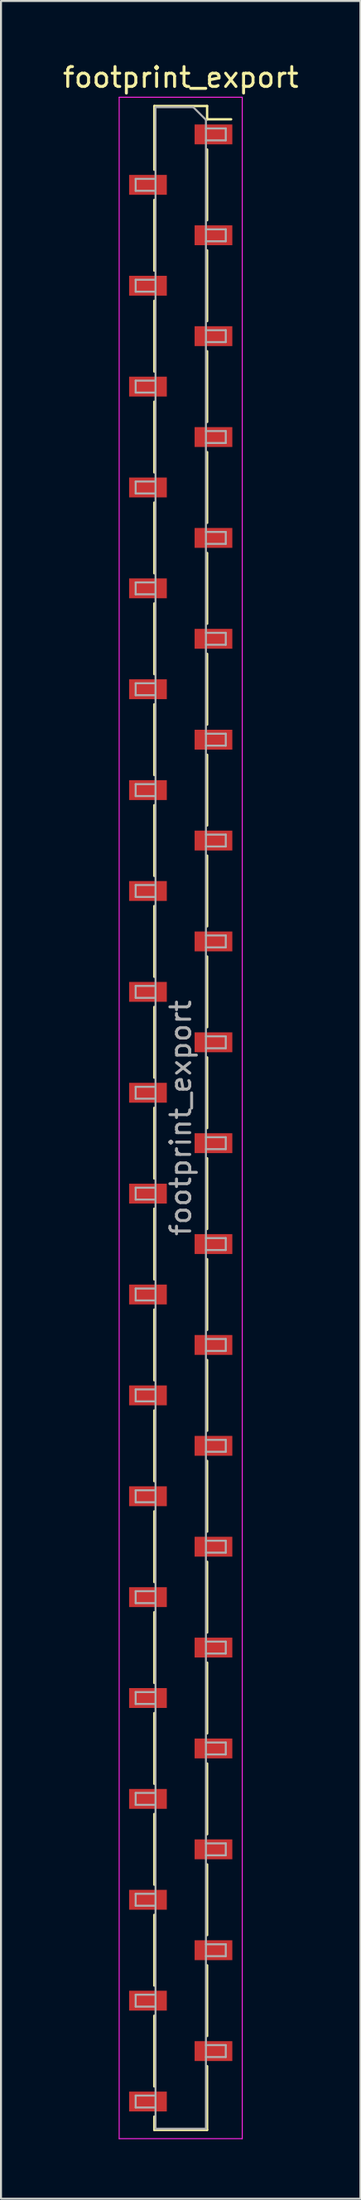
<source format=kicad_pcb>
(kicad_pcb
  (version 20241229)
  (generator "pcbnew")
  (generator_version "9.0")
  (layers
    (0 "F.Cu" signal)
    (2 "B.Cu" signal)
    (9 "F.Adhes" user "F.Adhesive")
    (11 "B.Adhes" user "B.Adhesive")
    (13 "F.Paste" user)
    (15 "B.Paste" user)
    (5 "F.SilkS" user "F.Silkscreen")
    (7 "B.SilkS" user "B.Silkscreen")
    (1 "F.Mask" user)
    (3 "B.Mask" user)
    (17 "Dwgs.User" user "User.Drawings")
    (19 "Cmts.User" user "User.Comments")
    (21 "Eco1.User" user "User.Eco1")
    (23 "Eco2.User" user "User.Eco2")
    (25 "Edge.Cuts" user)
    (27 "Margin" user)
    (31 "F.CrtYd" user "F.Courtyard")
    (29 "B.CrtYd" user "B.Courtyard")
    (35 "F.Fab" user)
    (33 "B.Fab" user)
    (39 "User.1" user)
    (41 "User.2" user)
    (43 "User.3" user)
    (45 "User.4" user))
  (footprint "footprint_export"
    (layer "F.Cu")
    (at 6.054 53.248)
    (property "Reference" "footprint_export" (at 0 -52.4 0) (layer "F.SilkS") (effects (font (size 1 1) (thickness 0.15))))
    (attr smd)
    (fp_line (start -1.33 -50.96) (end -1.33 -47.75) (stroke (width 0.12) (type solid)) (layer "F.SilkS"))
    (fp_line (start -1.33 -50.96) (end 1.33 -50.96) (stroke (width 0.12) (type solid)) (layer "F.SilkS"))
    (fp_line (start -1.33 -46.23) (end -1.33 -42.67) (stroke (width 0.12) (type solid)) (layer "F.SilkS"))
    (fp_line (start -1.33 -41.15) (end -1.33 -37.59) (stroke (width 0.12) (type solid)) (layer "F.SilkS"))
    (fp_line (start -1.33 -36.07) (end -1.33 -32.51) (stroke (width 0.12) (type solid)) (layer "F.SilkS"))
    (fp_line (start -1.33 -30.99) (end -1.33 -27.43) (stroke (width 0.12) (type solid)) (layer "F.SilkS"))
    (fp_line (start -1.33 -25.91) (end -1.33 -22.35) (stroke (width 0.12) (type solid)) (layer "F.SilkS"))
    (fp_line (start -1.33 -20.83) (end -1.33 -17.27) (stroke (width 0.12) (type solid)) (layer "F.SilkS"))
    (fp_line (start -1.33 -15.75) (end -1.33 -12.19) (stroke (width 0.12) (type solid)) (layer "F.SilkS"))
    (fp_line (start -1.33 -10.67) (end -1.33 -7.11) (stroke (width 0.12) (type solid)) (layer "F.SilkS"))
    (fp_line (start -1.33 -5.59) (end -1.33 -2.03) (stroke (width 0.12) (type solid)) (layer "F.SilkS"))
    (fp_line (start -1.33 -0.51) (end -1.33 3.05) (stroke (width 0.12) (type solid)) (layer "F.SilkS"))
    (fp_line (start -1.33 4.57) (end -1.33 8.13) (stroke (width 0.12) (type solid)) (layer "F.SilkS"))
    (fp_line (start -1.33 9.65) (end -1.33 13.21) (stroke (width 0.12) (type solid)) (layer "F.SilkS"))
    (fp_line (start -1.33 14.73) (end -1.33 18.29) (stroke (width 0.12) (type solid)) (layer "F.SilkS"))
    (fp_line (start -1.33 19.81) (end -1.33 23.37) (stroke (width 0.12) (type solid)) (layer "F.SilkS"))
    (fp_line (start -1.33 24.89) (end -1.33 28.45) (stroke (width 0.12) (type solid)) (layer "F.SilkS"))
    (fp_line (start -1.33 29.97) (end -1.33 33.53) (stroke (width 0.12) (type solid)) (layer "F.SilkS"))
    (fp_line (start -1.33 35.05) (end -1.33 38.61) (stroke (width 0.12) (type solid)) (layer "F.SilkS"))
    (fp_line (start -1.33 40.13) (end -1.33 43.69) (stroke (width 0.12) (type solid)) (layer "F.SilkS"))
    (fp_line (start -1.33 45.21) (end -1.33 48.77) (stroke (width 0.12) (type solid)) (layer "F.SilkS"))
    (fp_line (start -1.33 50.29) (end -1.33 50.96) (stroke (width 0.12) (type solid)) (layer "F.SilkS"))
    (fp_line (start -1.33 50.96) (end 1.33 50.96) (stroke (width 0.12) (type solid)) (layer "F.SilkS"))
    (fp_line (start 1.33 -50.96) (end 1.33 -50.29) (stroke (width 0.12) (type solid)) (layer "F.SilkS"))
    (fp_line (start 1.33 -50.29) (end 2.54 -50.29) (stroke (width 0.12) (type solid)) (layer "F.SilkS"))
    (fp_line (start 1.33 -48.77) (end 1.33 -45.21) (stroke (width 0.12) (type solid)) (layer "F.SilkS"))
    (fp_line (start 1.33 -43.69) (end 1.33 -40.13) (stroke (width 0.12) (type solid)) (layer "F.SilkS"))
    (fp_line (start 1.33 -38.61) (end 1.33 -35.05) (stroke (width 0.12) (type solid)) (layer "F.SilkS"))
    (fp_line (start 1.33 -33.53) (end 1.33 -29.97) (stroke (width 0.12) (type solid)) (layer "F.SilkS"))
    (fp_line (start 1.33 -28.45) (end 1.33 -24.89) (stroke (width 0.12) (type solid)) (layer "F.SilkS"))
    (fp_line (start 1.33 -23.37) (end 1.33 -19.81) (stroke (width 0.12) (type solid)) (layer "F.SilkS"))
    (fp_line (start 1.33 -18.29) (end 1.33 -14.73) (stroke (width 0.12) (type solid)) (layer "F.SilkS"))
    (fp_line (start 1.33 -13.21) (end 1.33 -9.65) (stroke (width 0.12) (type solid)) (layer "F.SilkS"))
    (fp_line (start 1.33 -8.13) (end 1.33 -4.57) (stroke (width 0.12) (type solid)) (layer "F.SilkS"))
    (fp_line (start 1.33 -3.05) (end 1.33 0.51) (stroke (width 0.12) (type solid)) (layer "F.SilkS"))
    (fp_line (start 1.33 2.03) (end 1.33 5.59) (stroke (width 0.12) (type solid)) (layer "F.SilkS"))
    (fp_line (start 1.33 7.11) (end 1.33 10.67) (stroke (width 0.12) (type solid)) (layer "F.SilkS"))
    (fp_line (start 1.33 12.19) (end 1.33 15.75) (stroke (width 0.12) (type solid)) (layer "F.SilkS"))
    (fp_line (start 1.33 17.27) (end 1.33 20.83) (stroke (width 0.12) (type solid)) (layer "F.SilkS"))
    (fp_line (start 1.33 22.35) (end 1.33 25.91) (stroke (width 0.12) (type solid)) (layer "F.SilkS"))
    (fp_line (start 1.33 27.43) (end 1.33 30.99) (stroke (width 0.12) (type solid)) (layer "F.SilkS"))
    (fp_line (start 1.33 32.51) (end 1.33 36.07) (stroke (width 0.12) (type solid)) (layer "F.SilkS"))
    (fp_line (start 1.33 37.59) (end 1.33 41.15) (stroke (width 0.12) (type solid)) (layer "F.SilkS"))
    (fp_line (start 1.33 42.67) (end 1.33 46.23) (stroke (width 0.12) (type solid)) (layer "F.SilkS"))
    (fp_line (start 1.33 47.75) (end 1.33 50.96) (stroke (width 0.12) (type solid)) (layer "F.SilkS"))
    (fp_line (start -3.1 -51.4) (end 3.1 -51.4) (stroke (width 0.05) (type solid)) (layer "F.CrtYd"))
    (fp_line (start -3.1 51.4) (end -3.1 -51.4) (stroke (width 0.05) (type solid)) (layer "F.CrtYd"))
    (fp_line (start 3.1 -51.4) (end 3.1 51.4) (stroke (width 0.05) (type solid)) (layer "F.CrtYd"))
    (fp_line (start 3.1 51.4) (end -3.1 51.4) (stroke (width 0.05) (type solid)) (layer "F.CrtYd"))
    (fp_line (start -2.27 -47.29) (end -1.27 -47.29) (stroke (width 0.1) (type solid)) (layer "F.Fab"))
    (fp_line (start -2.27 -46.69) (end -2.27 -47.29) (stroke (width 0.1) (type solid)) (layer "F.Fab"))
    (fp_line (start -2.27 -42.21) (end -1.27 -42.21) (stroke (width 0.1) (type solid)) (layer "F.Fab"))
    (fp_line (start -2.27 -41.61) (end -2.27 -42.21) (stroke (width 0.1) (type solid)) (layer "F.Fab"))
    (fp_line (start -2.27 -37.13) (end -1.27 -37.13) (stroke (width 0.1) (type solid)) (layer "F.Fab"))
    (fp_line (start -2.27 -36.53) (end -2.27 -37.13) (stroke (width 0.1) (type solid)) (layer "F.Fab"))
    (fp_line (start -2.27 -32.05) (end -1.27 -32.05) (stroke (width 0.1) (type solid)) (layer "F.Fab"))
    (fp_line (start -2.27 -31.45) (end -2.27 -32.05) (stroke (width 0.1) (type solid)) (layer "F.Fab"))
    (fp_line (start -2.27 -26.97) (end -1.27 -26.97) (stroke (width 0.1) (type solid)) (layer "F.Fab"))
    (fp_line (start -2.27 -26.37) (end -2.27 -26.97) (stroke (width 0.1) (type solid)) (layer "F.Fab"))
    (fp_line (start -2.27 -21.89) (end -1.27 -21.89) (stroke (width 0.1) (type solid)) (layer "F.Fab"))
    (fp_line (start -2.27 -21.29) (end -2.27 -21.89) (stroke (width 0.1) (type solid)) (layer "F.Fab"))
    (fp_line (start -2.27 -16.81) (end -1.27 -16.81) (stroke (width 0.1) (type solid)) (layer "F.Fab"))
    (fp_line (start -2.27 -16.21) (end -2.27 -16.81) (stroke (width 0.1) (type solid)) (layer "F.Fab"))
    (fp_line (start -2.27 -11.73) (end -1.27 -11.73) (stroke (width 0.1) (type solid)) (layer "F.Fab"))
    (fp_line (start -2.27 -11.13) (end -2.27 -11.73) (stroke (width 0.1) (type solid)) (layer "F.Fab"))
    (fp_line (start -2.27 -6.65) (end -1.27 -6.65) (stroke (width 0.1) (type solid)) (layer "F.Fab"))
    (fp_line (start -2.27 -6.05) (end -2.27 -6.65) (stroke (width 0.1) (type solid)) (layer "F.Fab"))
    (fp_line (start -2.27 -1.57) (end -1.27 -1.57) (stroke (width 0.1) (type solid)) (layer "F.Fab"))
    (fp_line (start -2.27 -0.97) (end -2.27 -1.57) (stroke (width 0.1) (type solid)) (layer "F.Fab"))
    (fp_line (start -2.27 3.51) (end -1.27 3.51) (stroke (width 0.1) (type solid)) (layer "F.Fab"))
    (fp_line (start -2.27 4.11) (end -2.27 3.51) (stroke (width 0.1) (type solid)) (layer "F.Fab"))
    (fp_line (start -2.27 8.59) (end -1.27 8.59) (stroke (width 0.1) (type solid)) (layer "F.Fab"))
    (fp_line (start -2.27 9.19) (end -2.27 8.59) (stroke (width 0.1) (type solid)) (layer "F.Fab"))
    (fp_line (start -2.27 13.67) (end -1.27 13.67) (stroke (width 0.1) (type solid)) (layer "F.Fab"))
    (fp_line (start -2.27 14.27) (end -2.27 13.67) (stroke (width 0.1) (type solid)) (layer "F.Fab"))
    (fp_line (start -2.27 18.75) (end -1.27 18.75) (stroke (width 0.1) (type solid)) (layer "F.Fab"))
    (fp_line (start -2.27 19.35) (end -2.27 18.75) (stroke (width 0.1) (type solid)) (layer "F.Fab"))
    (fp_line (start -2.27 23.83) (end -1.27 23.83) (stroke (width 0.1) (type solid)) (layer "F.Fab"))
    (fp_line (start -2.27 24.43) (end -2.27 23.83) (stroke (width 0.1) (type solid)) (layer "F.Fab"))
    (fp_line (start -2.27 28.91) (end -1.27 28.91) (stroke (width 0.1) (type solid)) (layer "F.Fab"))
    (fp_line (start -2.27 29.51) (end -2.27 28.91) (stroke (width 0.1) (type solid)) (layer "F.Fab"))
    (fp_line (start -2.27 33.99) (end -1.27 33.99) (stroke (width 0.1) (type solid)) (layer "F.Fab"))
    (fp_line (start -2.27 34.59) (end -2.27 33.99) (stroke (width 0.1) (type solid)) (layer "F.Fab"))
    (fp_line (start -2.27 39.07) (end -1.27 39.07) (stroke (width 0.1) (type solid)) (layer "F.Fab"))
    (fp_line (start -2.27 39.67) (end -2.27 39.07) (stroke (width 0.1) (type solid)) (layer "F.Fab"))
    (fp_line (start -2.27 44.15) (end -1.27 44.15) (stroke (width 0.1) (type solid)) (layer "F.Fab"))
    (fp_line (start -2.27 44.75) (end -2.27 44.15) (stroke (width 0.1) (type solid)) (layer "F.Fab"))
    (fp_line (start -2.27 49.23) (end -1.27 49.23) (stroke (width 0.1) (type solid)) (layer "F.Fab"))
    (fp_line (start -2.27 49.83) (end -2.27 49.23) (stroke (width 0.1) (type solid)) (layer "F.Fab"))
    (fp_line (start -1.27 -50.9) (end 0.635 -50.9) (stroke (width 0.1) (type solid)) (layer "F.Fab"))
    (fp_line (start -1.27 -46.69) (end -2.27 -46.69) (stroke (width 0.1) (type solid)) (layer "F.Fab"))
    (fp_line (start -1.27 -41.61) (end -2.27 -41.61) (stroke (width 0.1) (type solid)) (layer "F.Fab"))
    (fp_line (start -1.27 -36.53) (end -2.27 -36.53) (stroke (width 0.1) (type solid)) (layer "F.Fab"))
    (fp_line (start -1.27 -31.45) (end -2.27 -31.45) (stroke (width 0.1) (type solid)) (layer "F.Fab"))
    (fp_line (start -1.27 -26.37) (end -2.27 -26.37) (stroke (width 0.1) (type solid)) (layer "F.Fab"))
    (fp_line (start -1.27 -21.29) (end -2.27 -21.29) (stroke (width 0.1) (type solid)) (layer "F.Fab"))
    (fp_line (start -1.27 -16.21) (end -2.27 -16.21) (stroke (width 0.1) (type solid)) (layer "F.Fab"))
    (fp_line (start -1.27 -11.13) (end -2.27 -11.13) (stroke (width 0.1) (type solid)) (layer "F.Fab"))
    (fp_line (start -1.27 -6.05) (end -2.27 -6.05) (stroke (width 0.1) (type solid)) (layer "F.Fab"))
    (fp_line (start -1.27 -0.97) (end -2.27 -0.97) (stroke (width 0.1) (type solid)) (layer "F.Fab"))
    (fp_line (start -1.27 4.11) (end -2.27 4.11) (stroke (width 0.1) (type solid)) (layer "F.Fab"))
    (fp_line (start -1.27 9.19) (end -2.27 9.19) (stroke (width 0.1) (type solid)) (layer "F.Fab"))
    (fp_line (start -1.27 14.27) (end -2.27 14.27) (stroke (width 0.1) (type solid)) (layer "F.Fab"))
    (fp_line (start -1.27 19.35) (end -2.27 19.35) (stroke (width 0.1) (type solid)) (layer "F.Fab"))
    (fp_line (start -1.27 24.43) (end -2.27 24.43) (stroke (width 0.1) (type solid)) (layer "F.Fab"))
    (fp_line (start -1.27 29.51) (end -2.27 29.51) (stroke (width 0.1) (type solid)) (layer "F.Fab"))
    (fp_line (start -1.27 34.59) (end -2.27 34.59) (stroke (width 0.1) (type solid)) (layer "F.Fab"))
    (fp_line (start -1.27 39.67) (end -2.27 39.67) (stroke (width 0.1) (type solid)) (layer "F.Fab"))
    (fp_line (start -1.27 44.75) (end -2.27 44.75) (stroke (width 0.1) (type solid)) (layer "F.Fab"))
    (fp_line (start -1.27 49.83) (end -2.27 49.83) (stroke (width 0.1) (type solid)) (layer "F.Fab"))
    (fp_line (start -1.27 50.9) (end -1.27 -50.9) (stroke (width 0.1) (type solid)) (layer "F.Fab"))
    (fp_line (start 0.635 -50.9) (end 1.27 -50.265) (stroke (width 0.1) (type solid)) (layer "F.Fab"))
    (fp_line (start 1.27 -50.265) (end 1.27 50.9) (stroke (width 0.1) (type solid)) (layer "F.Fab"))
    (fp_line (start 1.27 -49.83) (end 2.27 -49.83) (stroke (width 0.1) (type solid)) (layer "F.Fab"))
    (fp_line (start 1.27 -44.75) (end 2.27 -44.75) (stroke (width 0.1) (type solid)) (layer "F.Fab"))
    (fp_line (start 1.27 -39.67) (end 2.27 -39.67) (stroke (width 0.1) (type solid)) (layer "F.Fab"))
    (fp_line (start 1.27 -34.59) (end 2.27 -34.59) (stroke (width 0.1) (type solid)) (layer "F.Fab"))
    (fp_line (start 1.27 -29.51) (end 2.27 -29.51) (stroke (width 0.1) (type solid)) (layer "F.Fab"))
    (fp_line (start 1.27 -24.43) (end 2.27 -24.43) (stroke (width 0.1) (type solid)) (layer "F.Fab"))
    (fp_line (start 1.27 -19.35) (end 2.27 -19.35) (stroke (width 0.1) (type solid)) (layer "F.Fab"))
    (fp_line (start 1.27 -14.27) (end 2.27 -14.27) (stroke (width 0.1) (type solid)) (layer "F.Fab"))
    (fp_line (start 1.27 -9.19) (end 2.27 -9.19) (stroke (width 0.1) (type solid)) (layer "F.Fab"))
    (fp_line (start 1.27 -4.11) (end 2.27 -4.11) (stroke (width 0.1) (type solid)) (layer "F.Fab"))
    (fp_line (start 1.27 0.97) (end 2.27 0.97) (stroke (width 0.1) (type solid)) (layer "F.Fab"))
    (fp_line (start 1.27 6.05) (end 2.27 6.05) (stroke (width 0.1) (type solid)) (layer "F.Fab"))
    (fp_line (start 1.27 11.13) (end 2.27 11.13) (stroke (width 0.1) (type solid)) (layer "F.Fab"))
    (fp_line (start 1.27 16.21) (end 2.27 16.21) (stroke (width 0.1) (type solid)) (layer "F.Fab"))
    (fp_line (start 1.27 21.29) (end 2.27 21.29) (stroke (width 0.1) (type solid)) (layer "F.Fab"))
    (fp_line (start 1.27 26.37) (end 2.27 26.37) (stroke (width 0.1) (type solid)) (layer "F.Fab"))
    (fp_line (start 1.27 31.45) (end 2.27 31.45) (stroke (width 0.1) (type solid)) (layer "F.Fab"))
    (fp_line (start 1.27 36.53) (end 2.27 36.53) (stroke (width 0.1) (type solid)) (layer "F.Fab"))
    (fp_line (start 1.27 41.61) (end 2.27 41.61) (stroke (width 0.1) (type solid)) (layer "F.Fab"))
    (fp_line (start 1.27 46.69) (end 2.27 46.69) (stroke (width 0.1) (type solid)) (layer "F.Fab"))
    (fp_line (start 1.27 50.9) (end -1.27 50.9) (stroke (width 0.1) (type solid)) (layer "F.Fab"))
    (fp_line (start 2.27 -49.83) (end 2.27 -49.23) (stroke (width 0.1) (type solid)) (layer "F.Fab"))
    (fp_line (start 2.27 -49.23) (end 1.27 -49.23) (stroke (width 0.1) (type solid)) (layer "F.Fab"))
    (fp_line (start 2.27 -44.75) (end 2.27 -44.15) (stroke (width 0.1) (type solid)) (layer "F.Fab"))
    (fp_line (start 2.27 -44.15) (end 1.27 -44.15) (stroke (width 0.1) (type solid)) (layer "F.Fab"))
    (fp_line (start 2.27 -39.67) (end 2.27 -39.07) (stroke (width 0.1) (type solid)) (layer "F.Fab"))
    (fp_line (start 2.27 -39.07) (end 1.27 -39.07) (stroke (width 0.1) (type solid)) (layer "F.Fab"))
    (fp_line (start 2.27 -34.59) (end 2.27 -33.99) (stroke (width 0.1) (type solid)) (layer "F.Fab"))
    (fp_line (start 2.27 -33.99) (end 1.27 -33.99) (stroke (width 0.1) (type solid)) (layer "F.Fab"))
    (fp_line (start 2.27 -29.51) (end 2.27 -28.91) (stroke (width 0.1) (type solid)) (layer "F.Fab"))
    (fp_line (start 2.27 -28.91) (end 1.27 -28.91) (stroke (width 0.1) (type solid)) (layer "F.Fab"))
    (fp_line (start 2.27 -24.43) (end 2.27 -23.83) (stroke (width 0.1) (type solid)) (layer "F.Fab"))
    (fp_line (start 2.27 -23.83) (end 1.27 -23.83) (stroke (width 0.1) (type solid)) (layer "F.Fab"))
    (fp_line (start 2.27 -19.35) (end 2.27 -18.75) (stroke (width 0.1) (type solid)) (layer "F.Fab"))
    (fp_line (start 2.27 -18.75) (end 1.27 -18.75) (stroke (width 0.1) (type solid)) (layer "F.Fab"))
    (fp_line (start 2.27 -14.27) (end 2.27 -13.67) (stroke (width 0.1) (type solid)) (layer "F.Fab"))
    (fp_line (start 2.27 -13.67) (end 1.27 -13.67) (stroke (width 0.1) (type solid)) (layer "F.Fab"))
    (fp_line (start 2.27 -9.19) (end 2.27 -8.59) (stroke (width 0.1) (type solid)) (layer "F.Fab"))
    (fp_line (start 2.27 -8.59) (end 1.27 -8.59) (stroke (width 0.1) (type solid)) (layer "F.Fab"))
    (fp_line (start 2.27 -4.11) (end 2.27 -3.51) (stroke (width 0.1) (type solid)) (layer "F.Fab"))
    (fp_line (start 2.27 -3.51) (end 1.27 -3.51) (stroke (width 0.1) (type solid)) (layer "F.Fab"))
    (fp_line (start 2.27 0.97) (end 2.27 1.57) (stroke (width 0.1) (type solid)) (layer "F.Fab"))
    (fp_line (start 2.27 1.57) (end 1.27 1.57) (stroke (width 0.1) (type solid)) (layer "F.Fab"))
    (fp_line (start 2.27 6.05) (end 2.27 6.65) (stroke (width 0.1) (type solid)) (layer "F.Fab"))
    (fp_line (start 2.27 6.65) (end 1.27 6.65) (stroke (width 0.1) (type solid)) (layer "F.Fab"))
    (fp_line (start 2.27 11.13) (end 2.27 11.73) (stroke (width 0.1) (type solid)) (layer "F.Fab"))
    (fp_line (start 2.27 11.73) (end 1.27 11.73) (stroke (width 0.1) (type solid)) (layer "F.Fab"))
    (fp_line (start 2.27 16.21) (end 2.27 16.81) (stroke (width 0.1) (type solid)) (layer "F.Fab"))
    (fp_line (start 2.27 16.81) (end 1.27 16.81) (stroke (width 0.1) (type solid)) (layer "F.Fab"))
    (fp_line (start 2.27 21.29) (end 2.27 21.89) (stroke (width 0.1) (type solid)) (layer "F.Fab"))
    (fp_line (start 2.27 21.89) (end 1.27 21.89) (stroke (width 0.1) (type solid)) (layer "F.Fab"))
    (fp_line (start 2.27 26.37) (end 2.27 26.97) (stroke (width 0.1) (type solid)) (layer "F.Fab"))
    (fp_line (start 2.27 26.97) (end 1.27 26.97) (stroke (width 0.1) (type solid)) (layer "F.Fab"))
    (fp_line (start 2.27 31.45) (end 2.27 32.05) (stroke (width 0.1) (type solid)) (layer "F.Fab"))
    (fp_line (start 2.27 32.05) (end 1.27 32.05) (stroke (width 0.1) (type solid)) (layer "F.Fab"))
    (fp_line (start 2.27 36.53) (end 2.27 37.13) (stroke (width 0.1) (type solid)) (layer "F.Fab"))
    (fp_line (start 2.27 37.13) (end 1.27 37.13) (stroke (width 0.1) (type solid)) (layer "F.Fab"))
    (fp_line (start 2.27 41.61) (end 2.27 42.21) (stroke (width 0.1) (type solid)) (layer "F.Fab"))
    (fp_line (start 2.27 42.21) (end 1.27 42.21) (stroke (width 0.1) (type solid)) (layer "F.Fab"))
    (fp_line (start 2.27 46.69) (end 2.27 47.29) (stroke (width 0.1) (type solid)) (layer "F.Fab"))
    (fp_line (start 2.27 47.29) (end 1.27 47.29) (stroke (width 0.1) (type solid)) (layer "F.Fab"))
    (fp_text user "${REFERENCE}" (at 0 0 90) (layer "F.Fab") (effects (font (size 1 1) (thickness 0.15))))
    (pad "1" smd rect (at 1.65 -49.53) (size 1.9 1) (layers "F.Cu" "F.Mask" "F.Paste"))
    (pad "2" smd rect (at -1.65 -46.99) (size 1.9 1) (layers "F.Cu" "F.Mask" "F.Paste"))
    (pad "3" smd rect (at 1.65 -44.45) (size 1.9 1) (layers "F.Cu" "F.Mask" "F.Paste"))
    (pad "4" smd rect (at -1.65 -41.91) (size 1.9 1) (layers "F.Cu" "F.Mask" "F.Paste"))
    (pad "5" smd rect (at 1.65 -39.37) (size 1.9 1) (layers "F.Cu" "F.Mask" "F.Paste"))
    (pad "6" smd rect (at -1.65 -36.83) (size 1.9 1) (layers "F.Cu" "F.Mask" "F.Paste"))
    (pad "7" smd rect (at 1.65 -34.29) (size 1.9 1) (layers "F.Cu" "F.Mask" "F.Paste"))
    (pad "8" smd rect (at -1.65 -31.75) (size 1.9 1) (layers "F.Cu" "F.Mask" "F.Paste"))
    (pad "9" smd rect (at 1.65 -29.21) (size 1.9 1) (layers "F.Cu" "F.Mask" "F.Paste"))
    (pad "10" smd rect (at -1.65 -26.67) (size 1.9 1) (layers "F.Cu" "F.Mask" "F.Paste"))
    (pad "11" smd rect (at 1.65 -24.13) (size 1.9 1) (layers "F.Cu" "F.Mask" "F.Paste"))
    (pad "12" smd rect (at -1.65 -21.59) (size 1.9 1) (layers "F.Cu" "F.Mask" "F.Paste"))
    (pad "13" smd rect (at 1.65 -19.05) (size 1.9 1) (layers "F.Cu" "F.Mask" "F.Paste"))
    (pad "14" smd rect (at -1.65 -16.51) (size 1.9 1) (layers "F.Cu" "F.Mask" "F.Paste"))
    (pad "15" smd rect (at 1.65 -13.97) (size 1.9 1) (layers "F.Cu" "F.Mask" "F.Paste"))
    (pad "16" smd rect (at -1.65 -11.43) (size 1.9 1) (layers "F.Cu" "F.Mask" "F.Paste"))
    (pad "17" smd rect (at 1.65 -8.89) (size 1.9 1) (layers "F.Cu" "F.Mask" "F.Paste"))
    (pad "18" smd rect (at -1.65 -6.35) (size 1.9 1) (layers "F.Cu" "F.Mask" "F.Paste"))
    (pad "19" smd rect (at 1.65 -3.81) (size 1.9 1) (layers "F.Cu" "F.Mask" "F.Paste"))
    (pad "20" smd rect (at -1.65 -1.27) (size 1.9 1) (layers "F.Cu" "F.Mask" "F.Paste"))
    (pad "21" smd rect (at 1.65 1.27) (size 1.9 1) (layers "F.Cu" "F.Mask" "F.Paste"))
    (pad "22" smd rect (at -1.65 3.81) (size 1.9 1) (layers "F.Cu" "F.Mask" "F.Paste"))
    (pad "23" smd rect (at 1.65 6.35) (size 1.9 1) (layers "F.Cu" "F.Mask" "F.Paste"))
    (pad "24" smd rect (at -1.65 8.89) (size 1.9 1) (layers "F.Cu" "F.Mask" "F.Paste"))
    (pad "25" smd rect (at 1.65 11.43) (size 1.9 1) (layers "F.Cu" "F.Mask" "F.Paste"))
    (pad "26" smd rect (at -1.65 13.97) (size 1.9 1) (layers "F.Cu" "F.Mask" "F.Paste"))
    (pad "27" smd rect (at 1.65 16.51) (size 1.9 1) (layers "F.Cu" "F.Mask" "F.Paste"))
    (pad "28" smd rect (at -1.65 19.05) (size 1.9 1) (layers "F.Cu" "F.Mask" "F.Paste"))
    (pad "29" smd rect (at 1.65 21.59) (size 1.9 1) (layers "F.Cu" "F.Mask" "F.Paste"))
    (pad "30" smd rect (at -1.65 24.13) (size 1.9 1) (layers "F.Cu" "F.Mask" "F.Paste"))
    (pad "31" smd rect (at 1.65 26.67) (size 1.9 1) (layers "F.Cu" "F.Mask" "F.Paste"))
    (pad "32" smd rect (at -1.65 29.21) (size 1.9 1) (layers "F.Cu" "F.Mask" "F.Paste"))
    (pad "33" smd rect (at 1.65 31.75) (size 1.9 1) (layers "F.Cu" "F.Mask" "F.Paste"))
    (pad "34" smd rect (at -1.65 34.29) (size 1.9 1) (layers "F.Cu" "F.Mask" "F.Paste"))
    (pad "35" smd rect (at 1.65 36.83) (size 1.9 1) (layers "F.Cu" "F.Mask" "F.Paste"))
    (pad "36" smd rect (at -1.65 39.37) (size 1.9 1) (layers "F.Cu" "F.Mask" "F.Paste"))
    (pad "37" smd rect (at 1.65 41.91) (size 1.9 1) (layers "F.Cu" "F.Mask" "F.Paste"))
    (pad "38" smd rect (at -1.65 44.45) (size 1.9 1) (layers "F.Cu" "F.Mask" "F.Paste"))
    (pad "39" smd rect (at 1.65 46.99) (size 1.9 1) (layers "F.Cu" "F.Mask" "F.Paste"))
    (pad "40" smd rect (at -1.65 49.53) (size 1.9 1) (layers "F.Cu" "F.Mask" "F.Paste")))
  (gr_rect
    (start -3 -3)
    (end 15.107 107.673)
    (stroke (width 0.1) (type default))
    (fill no)
    (layer "Edge.Cuts")))
</source>
